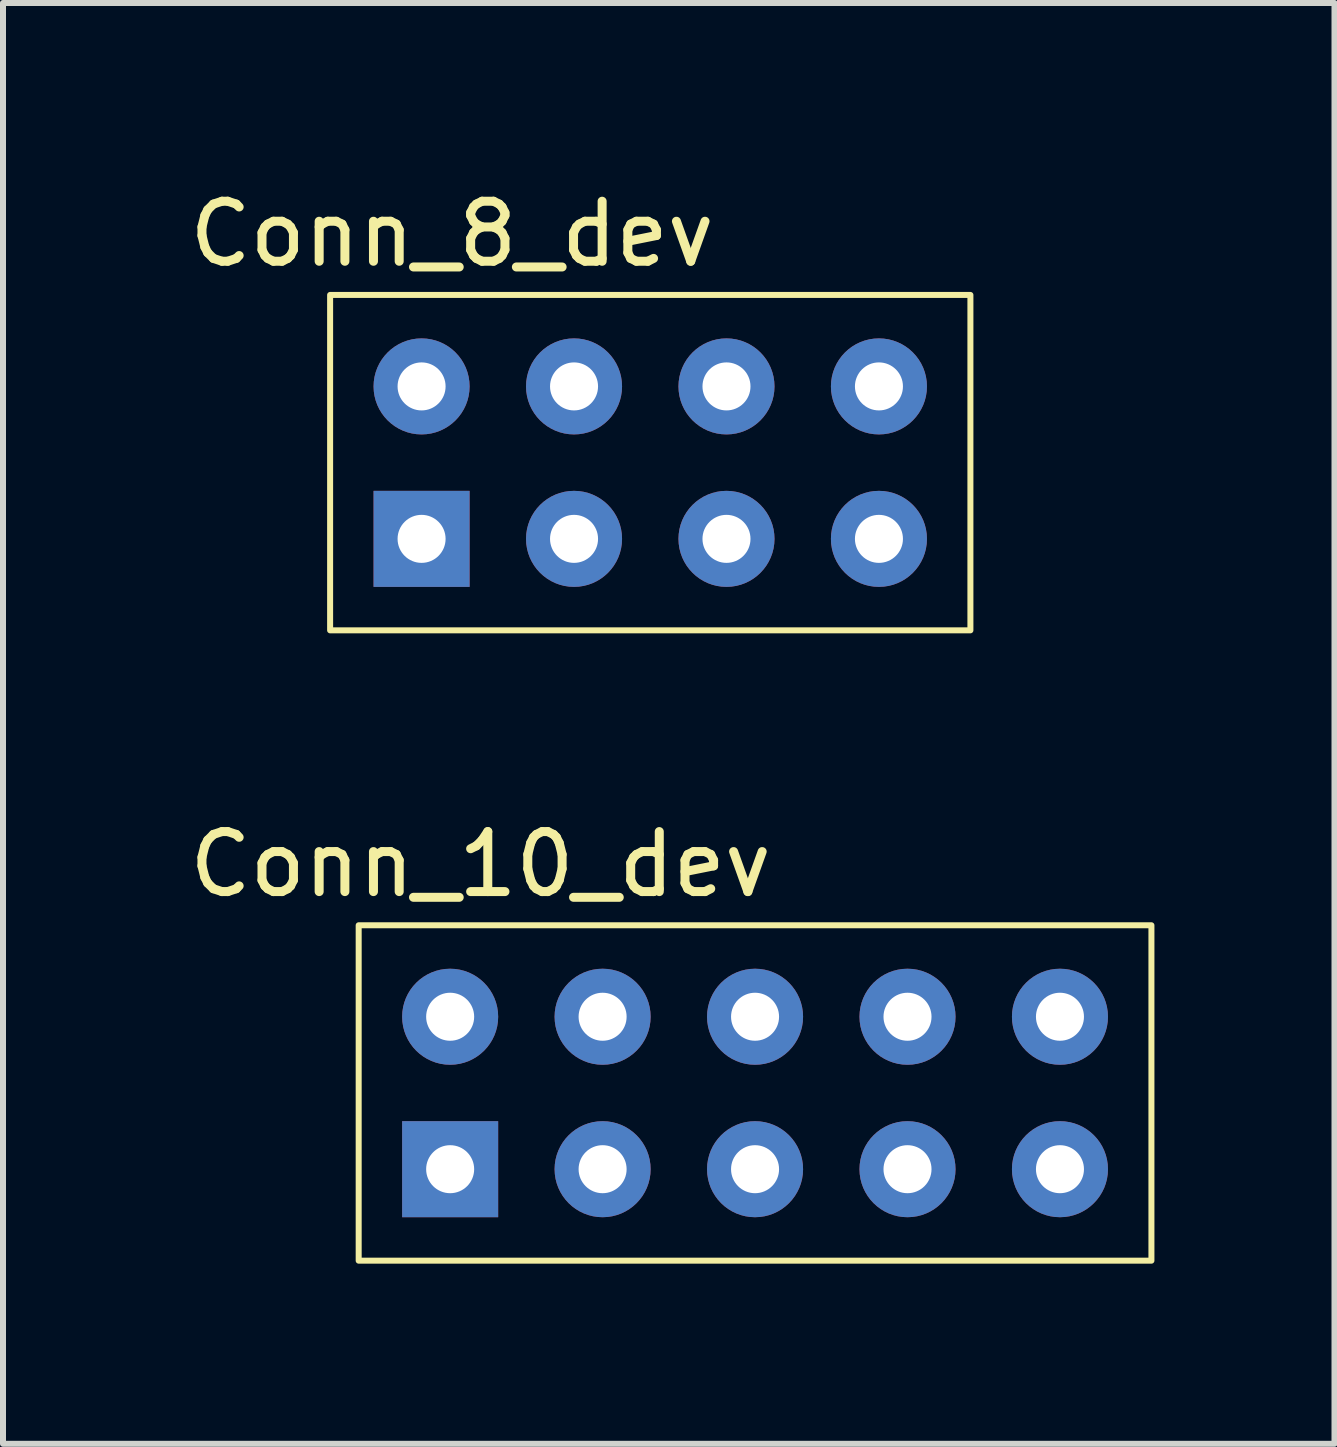
<source format=kicad_pcb>
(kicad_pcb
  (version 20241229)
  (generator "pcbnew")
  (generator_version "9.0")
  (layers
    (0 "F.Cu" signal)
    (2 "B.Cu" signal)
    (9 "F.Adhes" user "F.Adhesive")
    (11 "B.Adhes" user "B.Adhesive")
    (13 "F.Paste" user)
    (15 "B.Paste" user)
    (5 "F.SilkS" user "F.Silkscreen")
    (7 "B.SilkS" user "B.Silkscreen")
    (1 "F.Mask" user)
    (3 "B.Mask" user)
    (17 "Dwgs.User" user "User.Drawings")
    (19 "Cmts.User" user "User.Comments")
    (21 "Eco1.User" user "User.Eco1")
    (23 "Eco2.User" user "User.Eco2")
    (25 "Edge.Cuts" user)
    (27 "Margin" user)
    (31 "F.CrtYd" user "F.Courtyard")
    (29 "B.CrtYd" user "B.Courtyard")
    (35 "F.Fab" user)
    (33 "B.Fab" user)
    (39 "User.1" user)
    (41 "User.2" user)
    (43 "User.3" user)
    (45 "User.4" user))
  (footprint "Conn_8_dev"
    (layer "F.Cu")
    (at 3.974 5.928)
    (property "Reference" "Conn_8_dev" (at 0.508 -5.08 0) (layer "F.SilkS") (effects (font (size 1 1) (thickness 0.15))))
    (attr through_hole)
    (fp_rect (start -1.524 -4.064) (end 9.144 1.524) (stroke (width 0.1) (type default)) (fill no) (layer "F.SilkS"))
    (pad "1" thru_hole rect (at 0 0) (size 1.6 1.6) (drill 0.8) (layers "*.Cu" "*.Mask"))
    (pad "2" thru_hole oval (at 2.54 0) (size 1.6 1.6) (drill 0.8) (layers "*.Cu" "*.Mask"))
    (pad "3" thru_hole oval (at 5.08 0) (size 1.6 1.6) (drill 0.8) (layers "*.Cu" "*.Mask"))
    (pad "4" thru_hole oval (at 7.62 0) (size 1.6 1.6) (drill 0.8) (layers "*.Cu" "*.Mask"))
    (pad "5" thru_hole oval (at 7.62 -2.54) (size 1.6 1.6) (drill 0.8) (layers "*.Cu" "*.Mask"))
    (pad "6" thru_hole oval (at 5.08 -2.54) (size 1.6 1.6) (drill 0.8) (layers "*.Cu" "*.Mask"))
    (pad "7" thru_hole oval (at 2.54 -2.54) (size 1.6 1.6) (drill 0.8) (layers "*.Cu" "*.Mask"))
    (pad "8" thru_hole oval (at 0 -2.54) (size 1.6 1.6) (drill 0.8) (layers "*.Cu" "*.Mask")))
  (footprint "Conn_10_dev"
    (layer "F.Cu")
    (at 4.45 16.43)
    (property "Reference" "Conn_10_dev" (at 0.508 -5.08 0) (layer "F.SilkS") (effects (font (size 1 1) (thickness 0.15))))
    (attr through_hole)
    (fp_rect (start -1.524 -4.064) (end 11.684 1.524) (stroke (width 0.1) (type default)) (fill no) (layer "F.SilkS"))
    (pad "1" thru_hole rect (at 0 0) (size 1.6 1.6) (drill 0.8) (layers "*.Cu" "*.Mask"))
    (pad "2" thru_hole oval (at 2.54 0) (size 1.6 1.6) (drill 0.8) (layers "*.Cu" "*.Mask"))
    (pad "3" thru_hole oval (at 5.08 0) (size 1.6 1.6) (drill 0.8) (layers "*.Cu" "*.Mask"))
    (pad "4" thru_hole oval (at 7.62 0) (size 1.6 1.6) (drill 0.8) (layers "*.Cu" "*.Mask"))
    (pad "5" thru_hole oval (at 10.16 0) (size 1.6 1.6) (drill 0.8) (layers "*.Cu" "*.Mask"))
    (pad "6" thru_hole oval (at 10.16 -2.54) (size 1.6 1.6) (drill 0.8) (layers "*.Cu" "*.Mask"))
    (pad "7" thru_hole oval (at 7.62 -2.54) (size 1.6 1.6) (drill 0.8) (layers "*.Cu" "*.Mask"))
    (pad "8" thru_hole oval (at 5.08 -2.54) (size 1.6 1.6) (drill 0.8) (layers "*.Cu" "*.Mask"))
    (pad "9" thru_hole oval (at 2.54 -2.54) (size 1.6 1.6) (drill 0.8) (layers "*.Cu" "*.Mask"))
    (pad "10" thru_hole oval (at 0 -2.54) (size 1.6 1.6) (drill 0.8) (layers "*.Cu" "*.Mask")))
  (gr_rect
    (start -3 -3)
    (end 19.184 21.005)
    (stroke (width 0.1) (type default))
    (fill no)
    (layer "Edge.Cuts")))
</source>
